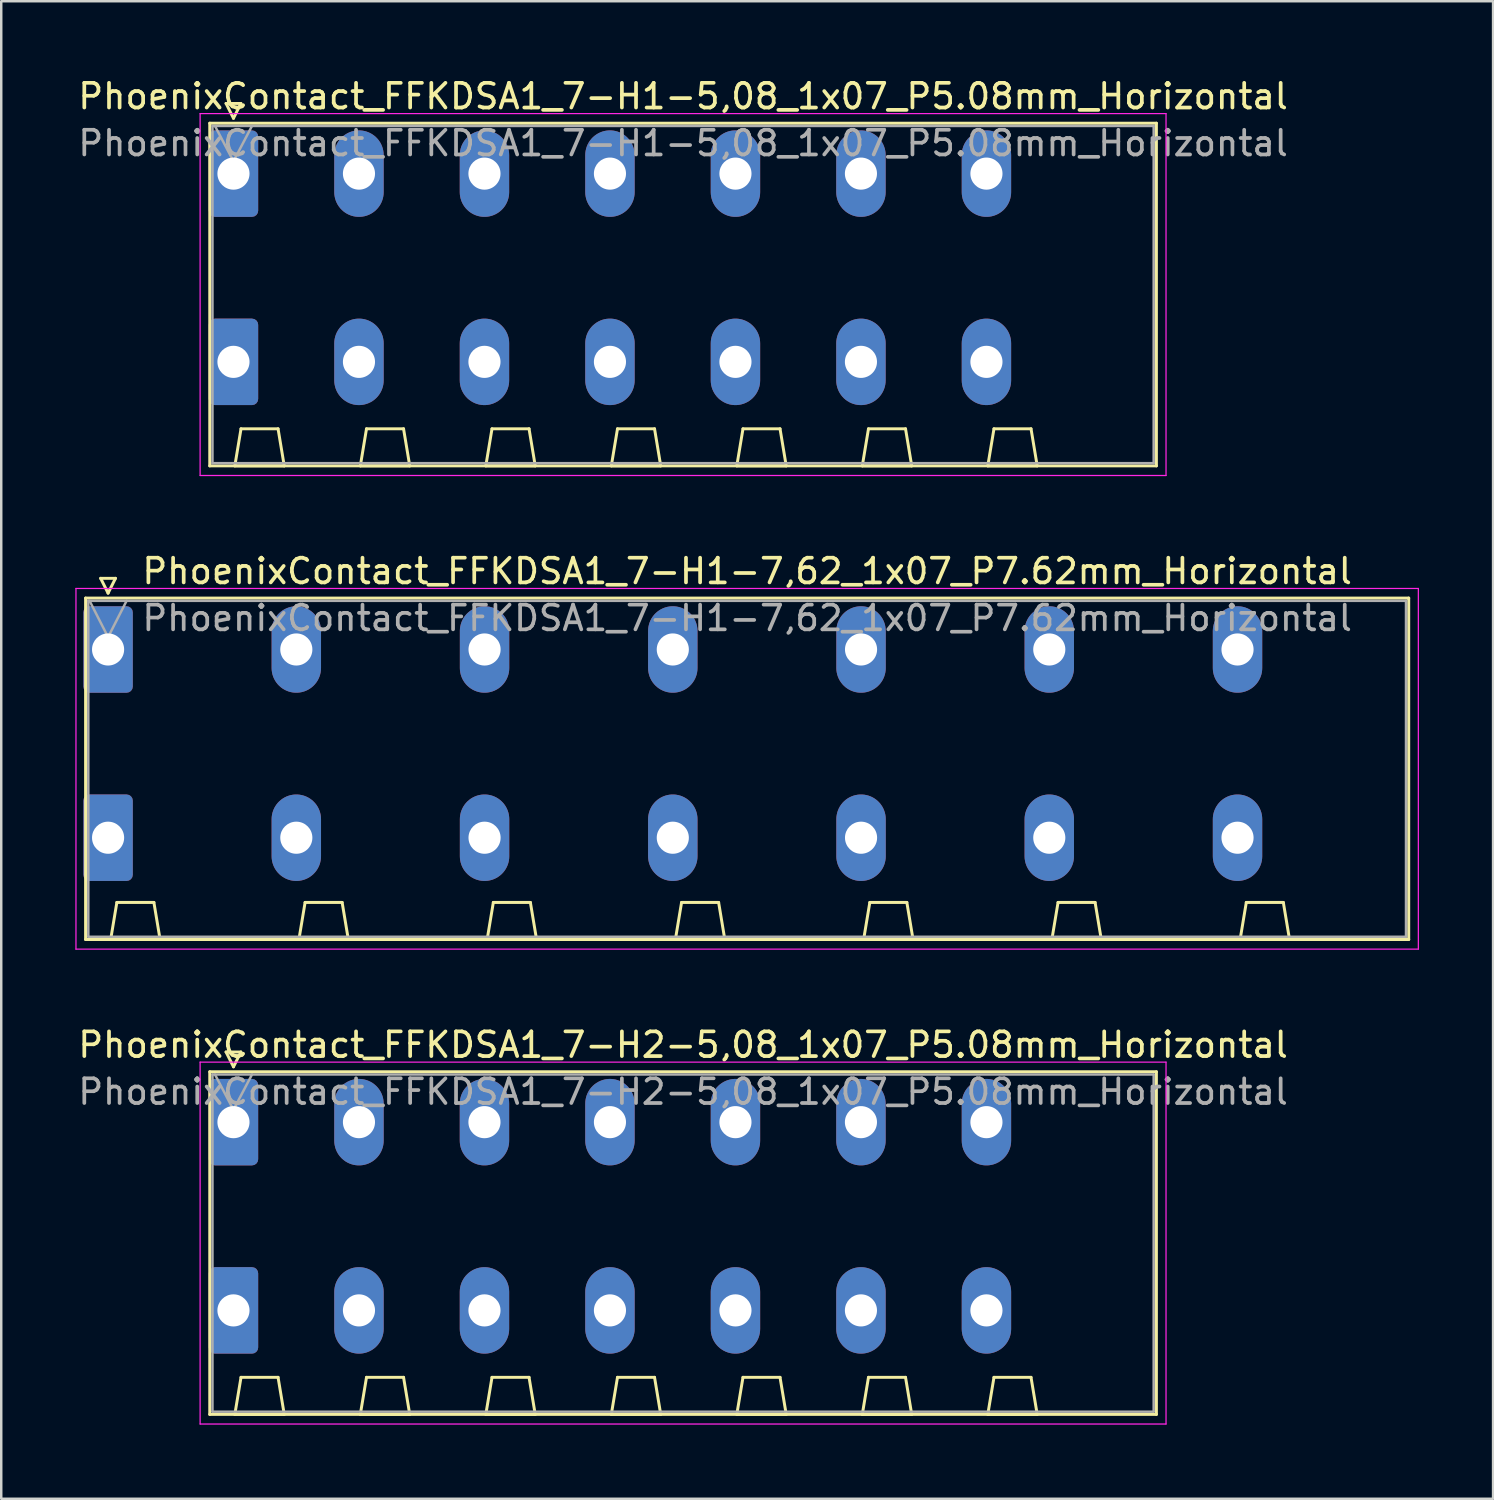
<source format=kicad_pcb>
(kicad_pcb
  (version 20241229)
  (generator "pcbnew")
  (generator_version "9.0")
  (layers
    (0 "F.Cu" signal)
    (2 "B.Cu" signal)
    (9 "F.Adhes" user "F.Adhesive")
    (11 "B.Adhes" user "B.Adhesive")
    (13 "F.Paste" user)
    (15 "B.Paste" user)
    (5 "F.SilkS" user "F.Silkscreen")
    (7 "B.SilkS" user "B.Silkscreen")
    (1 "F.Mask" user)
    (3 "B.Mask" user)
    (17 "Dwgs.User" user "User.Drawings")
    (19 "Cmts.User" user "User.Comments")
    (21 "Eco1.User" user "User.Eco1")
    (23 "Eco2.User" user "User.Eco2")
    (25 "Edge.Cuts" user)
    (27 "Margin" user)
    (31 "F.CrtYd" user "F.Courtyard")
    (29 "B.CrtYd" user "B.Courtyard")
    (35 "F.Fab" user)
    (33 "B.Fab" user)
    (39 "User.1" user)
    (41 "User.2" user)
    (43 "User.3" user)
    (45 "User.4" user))
  (footprint "PhoenixContact_FFKDSA1_7-H2-5,08_1x07_P5.08mm_Horizontal"
    (layer "F.Cu")
    (at 6.401 42.375)
    (property "Reference" "PhoenixContact_FFKDSA1_7-H2-5,08_1x07_P5.08mm_Horizontal" (at 18.2 -3.13 0) (layer "F.SilkS") (effects (font (size 1 1) (thickness 0.15))))
    (attr through_hole)
    (fp_line (start -0.96 -2.04) (end -0.96 11.83) (stroke (width 0.12) (type solid)) (layer "F.SilkS"))
    (fp_line (start -0.96 11.83) (end 37.36 11.83) (stroke (width 0.12) (type solid)) (layer "F.SilkS"))
    (fp_line (start -0.3 -2.84) (end 0.3 -2.84) (stroke (width 0.12) (type solid)) (layer "F.SilkS"))
    (fp_line (start 0 -2.24) (end -0.3 -2.84) (stroke (width 0.12) (type solid)) (layer "F.SilkS"))
    (fp_line (start 0.055 11.83) (end 2.055 11.83) (stroke (width 0.12) (type solid)) (layer "F.SilkS"))
    (fp_line (start 0.3 -2.84) (end 0 -2.24) (stroke (width 0.12) (type solid)) (layer "F.SilkS"))
    (fp_line (start 0.305 10.33) (end 0.055 11.83) (stroke (width 0.12) (type solid)) (layer "F.SilkS"))
    (fp_line (start 1.805 10.33) (end 0.305 10.33) (stroke (width 0.12) (type solid)) (layer "F.SilkS"))
    (fp_line (start 2.055 11.83) (end 1.805 10.33) (stroke (width 0.12) (type solid)) (layer "F.SilkS"))
    (fp_line (start 5.135 11.83) (end 7.135 11.83) (stroke (width 0.12) (type solid)) (layer "F.SilkS"))
    (fp_line (start 5.385 10.33) (end 5.135 11.83) (stroke (width 0.12) (type solid)) (layer "F.SilkS"))
    (fp_line (start 6.885 10.33) (end 5.385 10.33) (stroke (width 0.12) (type solid)) (layer "F.SilkS"))
    (fp_line (start 7.135 11.83) (end 6.885 10.33) (stroke (width 0.12) (type solid)) (layer "F.SilkS"))
    (fp_line (start 10.215 11.83) (end 12.215 11.83) (stroke (width 0.12) (type solid)) (layer "F.SilkS"))
    (fp_line (start 10.465 10.33) (end 10.215 11.83) (stroke (width 0.12) (type solid)) (layer "F.SilkS"))
    (fp_line (start 11.965 10.33) (end 10.465 10.33) (stroke (width 0.12) (type solid)) (layer "F.SilkS"))
    (fp_line (start 12.215 11.83) (end 11.965 10.33) (stroke (width 0.12) (type solid)) (layer "F.SilkS"))
    (fp_line (start 15.295 11.83) (end 17.295 11.83) (stroke (width 0.12) (type solid)) (layer "F.SilkS"))
    (fp_line (start 15.545 10.33) (end 15.295 11.83) (stroke (width 0.12) (type solid)) (layer "F.SilkS"))
    (fp_line (start 17.045 10.33) (end 15.545 10.33) (stroke (width 0.12) (type solid)) (layer "F.SilkS"))
    (fp_line (start 17.295 11.83) (end 17.045 10.33) (stroke (width 0.12) (type solid)) (layer "F.SilkS"))
    (fp_line (start 20.375 11.83) (end 22.375 11.83) (stroke (width 0.12) (type solid)) (layer "F.SilkS"))
    (fp_line (start 20.625 10.33) (end 20.375 11.83) (stroke (width 0.12) (type solid)) (layer "F.SilkS"))
    (fp_line (start 22.125 10.33) (end 20.625 10.33) (stroke (width 0.12) (type solid)) (layer "F.SilkS"))
    (fp_line (start 22.375 11.83) (end 22.125 10.33) (stroke (width 0.12) (type solid)) (layer "F.SilkS"))
    (fp_line (start 25.455 11.83) (end 27.455 11.83) (stroke (width 0.12) (type solid)) (layer "F.SilkS"))
    (fp_line (start 25.705 10.33) (end 25.455 11.83) (stroke (width 0.12) (type solid)) (layer "F.SilkS"))
    (fp_line (start 27.205 10.33) (end 25.705 10.33) (stroke (width 0.12) (type solid)) (layer "F.SilkS"))
    (fp_line (start 27.455 11.83) (end 27.205 10.33) (stroke (width 0.12) (type solid)) (layer "F.SilkS"))
    (fp_line (start 30.535 11.83) (end 32.535 11.83) (stroke (width 0.12) (type solid)) (layer "F.SilkS"))
    (fp_line (start 30.785 10.33) (end 30.535 11.83) (stroke (width 0.12) (type solid)) (layer "F.SilkS"))
    (fp_line (start 32.285 10.33) (end 30.785 10.33) (stroke (width 0.12) (type solid)) (layer "F.SilkS"))
    (fp_line (start 32.535 11.83) (end 32.285 10.33) (stroke (width 0.12) (type solid)) (layer "F.SilkS"))
    (fp_line (start 37.36 -2.04) (end -0.96 -2.04) (stroke (width 0.12) (type solid)) (layer "F.SilkS"))
    (fp_line (start 37.36 11.83) (end 37.36 -2.04) (stroke (width 0.12) (type solid)) (layer "F.SilkS"))
    (fp_line (start -1.35 -2.43) (end -1.35 12.22) (stroke (width 0.05) (type solid)) (layer "F.CrtYd"))
    (fp_line (start -1.35 12.22) (end 37.75 12.22) (stroke (width 0.05) (type solid)) (layer "F.CrtYd"))
    (fp_line (start 37.75 -2.43) (end -1.35 -2.43) (stroke (width 0.05) (type solid)) (layer "F.CrtYd"))
    (fp_line (start 37.75 12.22) (end 37.75 -2.43) (stroke (width 0.05) (type solid)) (layer "F.CrtYd"))
    (fp_line (start -0.85 -1.93) (end -0.85 11.72) (stroke (width 0.1) (type solid)) (layer "F.Fab"))
    (fp_line (start -0.85 11.72) (end 37.25 11.72) (stroke (width 0.1) (type solid)) (layer "F.Fab"))
    (fp_line (start 0 -0.5) (end -0.75 -1.93) (stroke (width 0.1) (type solid)) (layer "F.Fab"))
    (fp_line (start 0.75 -1.93) (end 0 -0.5) (stroke (width 0.1) (type solid)) (layer "F.Fab"))
    (fp_line (start 37.25 -1.93) (end -0.85 -1.93) (stroke (width 0.1) (type solid)) (layer "F.Fab"))
    (fp_line (start 37.25 11.72) (end 37.25 -1.93) (stroke (width 0.1) (type solid)) (layer "F.Fab"))
    (fp_text user "${REFERENCE}" (at 18.2 -1.23 0) (layer "F.Fab") (effects (font (size 1 1) (thickness 0.15))))
    (pad "1" thru_hole roundrect (at 0 0) (size 2 3.5) (drill 1.3) (layers "*.Cu" "*.Mask") (roundrect_rratio 0.125))
    (pad "1" thru_hole roundrect (at 0 7.62) (size 2 3.5) (drill 1.3) (layers "*.Cu" "*.Mask") (roundrect_rratio 0.125))
    (pad "2" thru_hole oval (at 5.08 0) (size 2 3.5) (drill 1.3) (layers "*.Cu" "*.Mask"))
    (pad "2" thru_hole oval (at 5.08 7.62) (size 2 3.5) (drill 1.3) (layers "*.Cu" "*.Mask"))
    (pad "3" thru_hole oval (at 10.16 0) (size 2 3.5) (drill 1.3) (layers "*.Cu" "*.Mask"))
    (pad "3" thru_hole oval (at 10.16 7.62) (size 2 3.5) (drill 1.3) (layers "*.Cu" "*.Mask"))
    (pad "4" thru_hole oval (at 15.24 0) (size 2 3.5) (drill 1.3) (layers "*.Cu" "*.Mask"))
    (pad "4" thru_hole oval (at 15.24 7.62) (size 2 3.5) (drill 1.3) (layers "*.Cu" "*.Mask"))
    (pad "5" thru_hole oval (at 20.32 0) (size 2 3.5) (drill 1.3) (layers "*.Cu" "*.Mask"))
    (pad "5" thru_hole oval (at 20.32 7.62) (size 2 3.5) (drill 1.3) (layers "*.Cu" "*.Mask"))
    (pad "6" thru_hole oval (at 25.4 0) (size 2 3.5) (drill 1.3) (layers "*.Cu" "*.Mask"))
    (pad "6" thru_hole oval (at 25.4 7.62) (size 2 3.5) (drill 1.3) (layers "*.Cu" "*.Mask"))
    (pad "7" thru_hole oval (at 30.48 0) (size 2 3.5) (drill 1.3) (layers "*.Cu" "*.Mask"))
    (pad "7" thru_hole oval (at 30.48 7.62) (size 2 3.5) (drill 1.3) (layers "*.Cu" "*.Mask")))
  (footprint "PhoenixContact_FFKDSA1_7-H1-7,62_1x07_P7.62mm_Horizontal"
    (layer "F.Cu")
    (at 1.325 23.241)
    (property "Reference" "PhoenixContact_FFKDSA1_7-H1-7,62_1x07_P7.62mm_Horizontal" (at 25.87 -3.17 0) (layer "F.SilkS") (effects (font (size 1 1) (thickness 0.15))))
    (attr through_hole)
    (fp_line (start -0.91 -2.08) (end -0.91 11.74) (stroke (width 0.12) (type solid)) (layer "F.SilkS"))
    (fp_line (start -0.91 11.74) (end 52.65 11.74) (stroke (width 0.12) (type solid)) (layer "F.SilkS"))
    (fp_line (start -0.3 -2.88) (end 0.3 -2.88) (stroke (width 0.12) (type solid)) (layer "F.SilkS"))
    (fp_line (start 0 -2.28) (end -0.3 -2.88) (stroke (width 0.12) (type solid)) (layer "F.SilkS"))
    (fp_line (start 0.105 11.74) (end 2.105 11.74) (stroke (width 0.12) (type solid)) (layer "F.SilkS"))
    (fp_line (start 0.3 -2.88) (end 0 -2.28) (stroke (width 0.12) (type solid)) (layer "F.SilkS"))
    (fp_line (start 0.355 10.24) (end 0.105 11.74) (stroke (width 0.12) (type solid)) (layer "F.SilkS"))
    (fp_line (start 1.855 10.24) (end 0.355 10.24) (stroke (width 0.12) (type solid)) (layer "F.SilkS"))
    (fp_line (start 2.105 11.74) (end 1.855 10.24) (stroke (width 0.12) (type solid)) (layer "F.SilkS"))
    (fp_line (start 7.725 11.74) (end 9.725 11.74) (stroke (width 0.12) (type solid)) (layer "F.SilkS"))
    (fp_line (start 7.975 10.24) (end 7.725 11.74) (stroke (width 0.12) (type solid)) (layer "F.SilkS"))
    (fp_line (start 9.475 10.24) (end 7.975 10.24) (stroke (width 0.12) (type solid)) (layer "F.SilkS"))
    (fp_line (start 9.725 11.74) (end 9.475 10.24) (stroke (width 0.12) (type solid)) (layer "F.SilkS"))
    (fp_line (start 15.345 11.74) (end 17.345 11.74) (stroke (width 0.12) (type solid)) (layer "F.SilkS"))
    (fp_line (start 15.595 10.24) (end 15.345 11.74) (stroke (width 0.12) (type solid)) (layer "F.SilkS"))
    (fp_line (start 17.095 10.24) (end 15.595 10.24) (stroke (width 0.12) (type solid)) (layer "F.SilkS"))
    (fp_line (start 17.345 11.74) (end 17.095 10.24) (stroke (width 0.12) (type solid)) (layer "F.SilkS"))
    (fp_line (start 22.965 11.74) (end 24.965 11.74) (stroke (width 0.12) (type solid)) (layer "F.SilkS"))
    (fp_line (start 23.215 10.24) (end 22.965 11.74) (stroke (width 0.12) (type solid)) (layer "F.SilkS"))
    (fp_line (start 24.715 10.24) (end 23.215 10.24) (stroke (width 0.12) (type solid)) (layer "F.SilkS"))
    (fp_line (start 24.965 11.74) (end 24.715 10.24) (stroke (width 0.12) (type solid)) (layer "F.SilkS"))
    (fp_line (start 30.585 11.74) (end 32.585 11.74) (stroke (width 0.12) (type solid)) (layer "F.SilkS"))
    (fp_line (start 30.835 10.24) (end 30.585 11.74) (stroke (width 0.12) (type solid)) (layer "F.SilkS"))
    (fp_line (start 32.335 10.24) (end 30.835 10.24) (stroke (width 0.12) (type solid)) (layer "F.SilkS"))
    (fp_line (start 32.585 11.74) (end 32.335 10.24) (stroke (width 0.12) (type solid)) (layer "F.SilkS"))
    (fp_line (start 38.205 11.74) (end 40.205 11.74) (stroke (width 0.12) (type solid)) (layer "F.SilkS"))
    (fp_line (start 38.455 10.24) (end 38.205 11.74) (stroke (width 0.12) (type solid)) (layer "F.SilkS"))
    (fp_line (start 39.955 10.24) (end 38.455 10.24) (stroke (width 0.12) (type solid)) (layer "F.SilkS"))
    (fp_line (start 40.205 11.74) (end 39.955 10.24) (stroke (width 0.12) (type solid)) (layer "F.SilkS"))
    (fp_line (start 45.825 11.74) (end 47.825 11.74) (stroke (width 0.12) (type solid)) (layer "F.SilkS"))
    (fp_line (start 46.075 10.24) (end 45.825 11.74) (stroke (width 0.12) (type solid)) (layer "F.SilkS"))
    (fp_line (start 47.575 10.24) (end 46.075 10.24) (stroke (width 0.12) (type solid)) (layer "F.SilkS"))
    (fp_line (start 47.825 11.74) (end 47.575 10.24) (stroke (width 0.12) (type solid)) (layer "F.SilkS"))
    (fp_line (start 52.65 -2.08) (end -0.91 -2.08) (stroke (width 0.12) (type solid)) (layer "F.SilkS"))
    (fp_line (start 52.65 11.74) (end 52.65 -2.08) (stroke (width 0.12) (type solid)) (layer "F.SilkS"))
    (fp_line (start -1.3 -2.47) (end -1.3 12.13) (stroke (width 0.05) (type solid)) (layer "F.CrtYd"))
    (fp_line (start -1.3 12.13) (end 53.04 12.13) (stroke (width 0.05) (type solid)) (layer "F.CrtYd"))
    (fp_line (start 53.04 -2.47) (end -1.3 -2.47) (stroke (width 0.05) (type solid)) (layer "F.CrtYd"))
    (fp_line (start 53.04 12.13) (end 53.04 -2.47) (stroke (width 0.05) (type solid)) (layer "F.CrtYd"))
    (fp_line (start -0.8 -1.97) (end -0.8 11.63) (stroke (width 0.1) (type solid)) (layer "F.Fab"))
    (fp_line (start -0.8 11.63) (end 52.54 11.63) (stroke (width 0.1) (type solid)) (layer "F.Fab"))
    (fp_line (start 0 -0.5) (end -0.75 -1.97) (stroke (width 0.1) (type solid)) (layer "F.Fab"))
    (fp_line (start 0.75 -1.97) (end 0 -0.5) (stroke (width 0.1) (type solid)) (layer "F.Fab"))
    (fp_line (start 52.54 -1.97) (end -0.8 -1.97) (stroke (width 0.1) (type solid)) (layer "F.Fab"))
    (fp_line (start 52.54 11.63) (end 52.54 -1.97) (stroke (width 0.1) (type solid)) (layer "F.Fab"))
    (fp_text user "${REFERENCE}" (at 25.87 -1.27 0) (layer "F.Fab") (effects (font (size 1 1) (thickness 0.15))))
    (pad "1" thru_hole roundrect (at 0 0) (size 2 3.5) (drill 1.3) (layers "*.Cu" "*.Mask") (roundrect_rratio 0.125))
    (pad "1" thru_hole roundrect (at 0 7.62) (size 2 3.5) (drill 1.3) (layers "*.Cu" "*.Mask") (roundrect_rratio 0.125))
    (pad "2" thru_hole oval (at 7.62 0) (size 2 3.5) (drill 1.3) (layers "*.Cu" "*.Mask"))
    (pad "2" thru_hole oval (at 7.62 7.62) (size 2 3.5) (drill 1.3) (layers "*.Cu" "*.Mask"))
    (pad "3" thru_hole oval (at 15.24 0) (size 2 3.5) (drill 1.3) (layers "*.Cu" "*.Mask"))
    (pad "3" thru_hole oval (at 15.24 7.62) (size 2 3.5) (drill 1.3) (layers "*.Cu" "*.Mask"))
    (pad "4" thru_hole oval (at 22.86 0) (size 2 3.5) (drill 1.3) (layers "*.Cu" "*.Mask"))
    (pad "4" thru_hole oval (at 22.86 7.62) (size 2 3.5) (drill 1.3) (layers "*.Cu" "*.Mask"))
    (pad "5" thru_hole oval (at 30.48 0) (size 2 3.5) (drill 1.3) (layers "*.Cu" "*.Mask"))
    (pad "5" thru_hole oval (at 30.48 7.62) (size 2 3.5) (drill 1.3) (layers "*.Cu" "*.Mask"))
    (pad "6" thru_hole oval (at 38.1 0) (size 2 3.5) (drill 1.3) (layers "*.Cu" "*.Mask"))
    (pad "6" thru_hole oval (at 38.1 7.62) (size 2 3.5) (drill 1.3) (layers "*.Cu" "*.Mask"))
    (pad "7" thru_hole oval (at 45.72 0) (size 2 3.5) (drill 1.3) (layers "*.Cu" "*.Mask"))
    (pad "7" thru_hole oval (at 45.72 7.62) (size 2 3.5) (drill 1.3) (layers "*.Cu" "*.Mask")))
  (footprint "PhoenixContact_FFKDSA1_7-H1-5,08_1x07_P5.08mm_Horizontal"
    (layer "F.Cu")
    (at 6.401 3.978)
    (property "Reference" "PhoenixContact_FFKDSA1_7-H1-5,08_1x07_P5.08mm_Horizontal" (at 18.2 -3.13 0) (layer "F.SilkS") (effects (font (size 1 1) (thickness 0.15))))
    (attr through_hole)
    (fp_line (start -0.96 -2.04) (end -0.96 11.83) (stroke (width 0.12) (type solid)) (layer "F.SilkS"))
    (fp_line (start -0.96 11.83) (end 37.36 11.83) (stroke (width 0.12) (type solid)) (layer "F.SilkS"))
    (fp_line (start -0.3 -2.84) (end 0.3 -2.84) (stroke (width 0.12) (type solid)) (layer "F.SilkS"))
    (fp_line (start 0 -2.24) (end -0.3 -2.84) (stroke (width 0.12) (type solid)) (layer "F.SilkS"))
    (fp_line (start 0.055 11.83) (end 2.055 11.83) (stroke (width 0.12) (type solid)) (layer "F.SilkS"))
    (fp_line (start 0.3 -2.84) (end 0 -2.24) (stroke (width 0.12) (type solid)) (layer "F.SilkS"))
    (fp_line (start 0.305 10.33) (end 0.055 11.83) (stroke (width 0.12) (type solid)) (layer "F.SilkS"))
    (fp_line (start 1.805 10.33) (end 0.305 10.33) (stroke (width 0.12) (type solid)) (layer "F.SilkS"))
    (fp_line (start 2.055 11.83) (end 1.805 10.33) (stroke (width 0.12) (type solid)) (layer "F.SilkS"))
    (fp_line (start 5.135 11.83) (end 7.135 11.83) (stroke (width 0.12) (type solid)) (layer "F.SilkS"))
    (fp_line (start 5.385 10.33) (end 5.135 11.83) (stroke (width 0.12) (type solid)) (layer "F.SilkS"))
    (fp_line (start 6.885 10.33) (end 5.385 10.33) (stroke (width 0.12) (type solid)) (layer "F.SilkS"))
    (fp_line (start 7.135 11.83) (end 6.885 10.33) (stroke (width 0.12) (type solid)) (layer "F.SilkS"))
    (fp_line (start 10.215 11.83) (end 12.215 11.83) (stroke (width 0.12) (type solid)) (layer "F.SilkS"))
    (fp_line (start 10.465 10.33) (end 10.215 11.83) (stroke (width 0.12) (type solid)) (layer "F.SilkS"))
    (fp_line (start 11.965 10.33) (end 10.465 10.33) (stroke (width 0.12) (type solid)) (layer "F.SilkS"))
    (fp_line (start 12.215 11.83) (end 11.965 10.33) (stroke (width 0.12) (type solid)) (layer "F.SilkS"))
    (fp_line (start 15.295 11.83) (end 17.295 11.83) (stroke (width 0.12) (type solid)) (layer "F.SilkS"))
    (fp_line (start 15.545 10.33) (end 15.295 11.83) (stroke (width 0.12) (type solid)) (layer "F.SilkS"))
    (fp_line (start 17.045 10.33) (end 15.545 10.33) (stroke (width 0.12) (type solid)) (layer "F.SilkS"))
    (fp_line (start 17.295 11.83) (end 17.045 10.33) (stroke (width 0.12) (type solid)) (layer "F.SilkS"))
    (fp_line (start 20.375 11.83) (end 22.375 11.83) (stroke (width 0.12) (type solid)) (layer "F.SilkS"))
    (fp_line (start 20.625 10.33) (end 20.375 11.83) (stroke (width 0.12) (type solid)) (layer "F.SilkS"))
    (fp_line (start 22.125 10.33) (end 20.625 10.33) (stroke (width 0.12) (type solid)) (layer "F.SilkS"))
    (fp_line (start 22.375 11.83) (end 22.125 10.33) (stroke (width 0.12) (type solid)) (layer "F.SilkS"))
    (fp_line (start 25.455 11.83) (end 27.455 11.83) (stroke (width 0.12) (type solid)) (layer "F.SilkS"))
    (fp_line (start 25.705 10.33) (end 25.455 11.83) (stroke (width 0.12) (type solid)) (layer "F.SilkS"))
    (fp_line (start 27.205 10.33) (end 25.705 10.33) (stroke (width 0.12) (type solid)) (layer "F.SilkS"))
    (fp_line (start 27.455 11.83) (end 27.205 10.33) (stroke (width 0.12) (type solid)) (layer "F.SilkS"))
    (fp_line (start 30.535 11.83) (end 32.535 11.83) (stroke (width 0.12) (type solid)) (layer "F.SilkS"))
    (fp_line (start 30.785 10.33) (end 30.535 11.83) (stroke (width 0.12) (type solid)) (layer "F.SilkS"))
    (fp_line (start 32.285 10.33) (end 30.785 10.33) (stroke (width 0.12) (type solid)) (layer "F.SilkS"))
    (fp_line (start 32.535 11.83) (end 32.285 10.33) (stroke (width 0.12) (type solid)) (layer "F.SilkS"))
    (fp_line (start 37.36 -2.04) (end -0.96 -2.04) (stroke (width 0.12) (type solid)) (layer "F.SilkS"))
    (fp_line (start 37.36 11.83) (end 37.36 -2.04) (stroke (width 0.12) (type solid)) (layer "F.SilkS"))
    (fp_line (start -1.35 -2.43) (end -1.35 12.22) (stroke (width 0.05) (type solid)) (layer "F.CrtYd"))
    (fp_line (start -1.35 12.22) (end 37.75 12.22) (stroke (width 0.05) (type solid)) (layer "F.CrtYd"))
    (fp_line (start 37.75 -2.43) (end -1.35 -2.43) (stroke (width 0.05) (type solid)) (layer "F.CrtYd"))
    (fp_line (start 37.75 12.22) (end 37.75 -2.43) (stroke (width 0.05) (type solid)) (layer "F.CrtYd"))
    (fp_line (start -0.85 -1.93) (end -0.85 11.72) (stroke (width 0.1) (type solid)) (layer "F.Fab"))
    (fp_line (start -0.85 11.72) (end 37.25 11.72) (stroke (width 0.1) (type solid)) (layer "F.Fab"))
    (fp_line (start 0 -0.5) (end -0.75 -1.93) (stroke (width 0.1) (type solid)) (layer "F.Fab"))
    (fp_line (start 0.75 -1.93) (end 0 -0.5) (stroke (width 0.1) (type solid)) (layer "F.Fab"))
    (fp_line (start 37.25 -1.93) (end -0.85 -1.93) (stroke (width 0.1) (type solid)) (layer "F.Fab"))
    (fp_line (start 37.25 11.72) (end 37.25 -1.93) (stroke (width 0.1) (type solid)) (layer "F.Fab"))
    (fp_text user "${REFERENCE}" (at 18.2 -1.23 0) (layer "F.Fab") (effects (font (size 1 1) (thickness 0.15))))
    (pad "1" thru_hole roundrect (at 0 0) (size 2 3.5) (drill 1.3) (layers "*.Cu" "*.Mask") (roundrect_rratio 0.125))
    (pad "1" thru_hole roundrect (at 0 7.62) (size 2 3.5) (drill 1.3) (layers "*.Cu" "*.Mask") (roundrect_rratio 0.125))
    (pad "2" thru_hole oval (at 5.08 0) (size 2 3.5) (drill 1.3) (layers "*.Cu" "*.Mask"))
    (pad "2" thru_hole oval (at 5.08 7.62) (size 2 3.5) (drill 1.3) (layers "*.Cu" "*.Mask"))
    (pad "3" thru_hole oval (at 10.16 0) (size 2 3.5) (drill 1.3) (layers "*.Cu" "*.Mask"))
    (pad "3" thru_hole oval (at 10.16 7.62) (size 2 3.5) (drill 1.3) (layers "*.Cu" "*.Mask"))
    (pad "4" thru_hole oval (at 15.24 0) (size 2 3.5) (drill 1.3) (layers "*.Cu" "*.Mask"))
    (pad "4" thru_hole oval (at 15.24 7.62) (size 2 3.5) (drill 1.3) (layers "*.Cu" "*.Mask"))
    (pad "5" thru_hole oval (at 20.32 0) (size 2 3.5) (drill 1.3) (layers "*.Cu" "*.Mask"))
    (pad "5" thru_hole oval (at 20.32 7.62) (size 2 3.5) (drill 1.3) (layers "*.Cu" "*.Mask"))
    (pad "6" thru_hole oval (at 25.4 0) (size 2 3.5) (drill 1.3) (layers "*.Cu" "*.Mask"))
    (pad "6" thru_hole oval (at 25.4 7.62) (size 2 3.5) (drill 1.3) (layers "*.Cu" "*.Mask"))
    (pad "7" thru_hole oval (at 30.48 0) (size 2 3.5) (drill 1.3) (layers "*.Cu" "*.Mask"))
    (pad "7" thru_hole oval (at 30.48 7.62) (size 2 3.5) (drill 1.3) (layers "*.Cu" "*.Mask")))
  (gr_rect
    (start -3 -3)
    (end 57.39 57.62)
    (stroke (width 0.1) (type default))
    (fill no)
    (layer "Edge.Cuts")))
</source>
